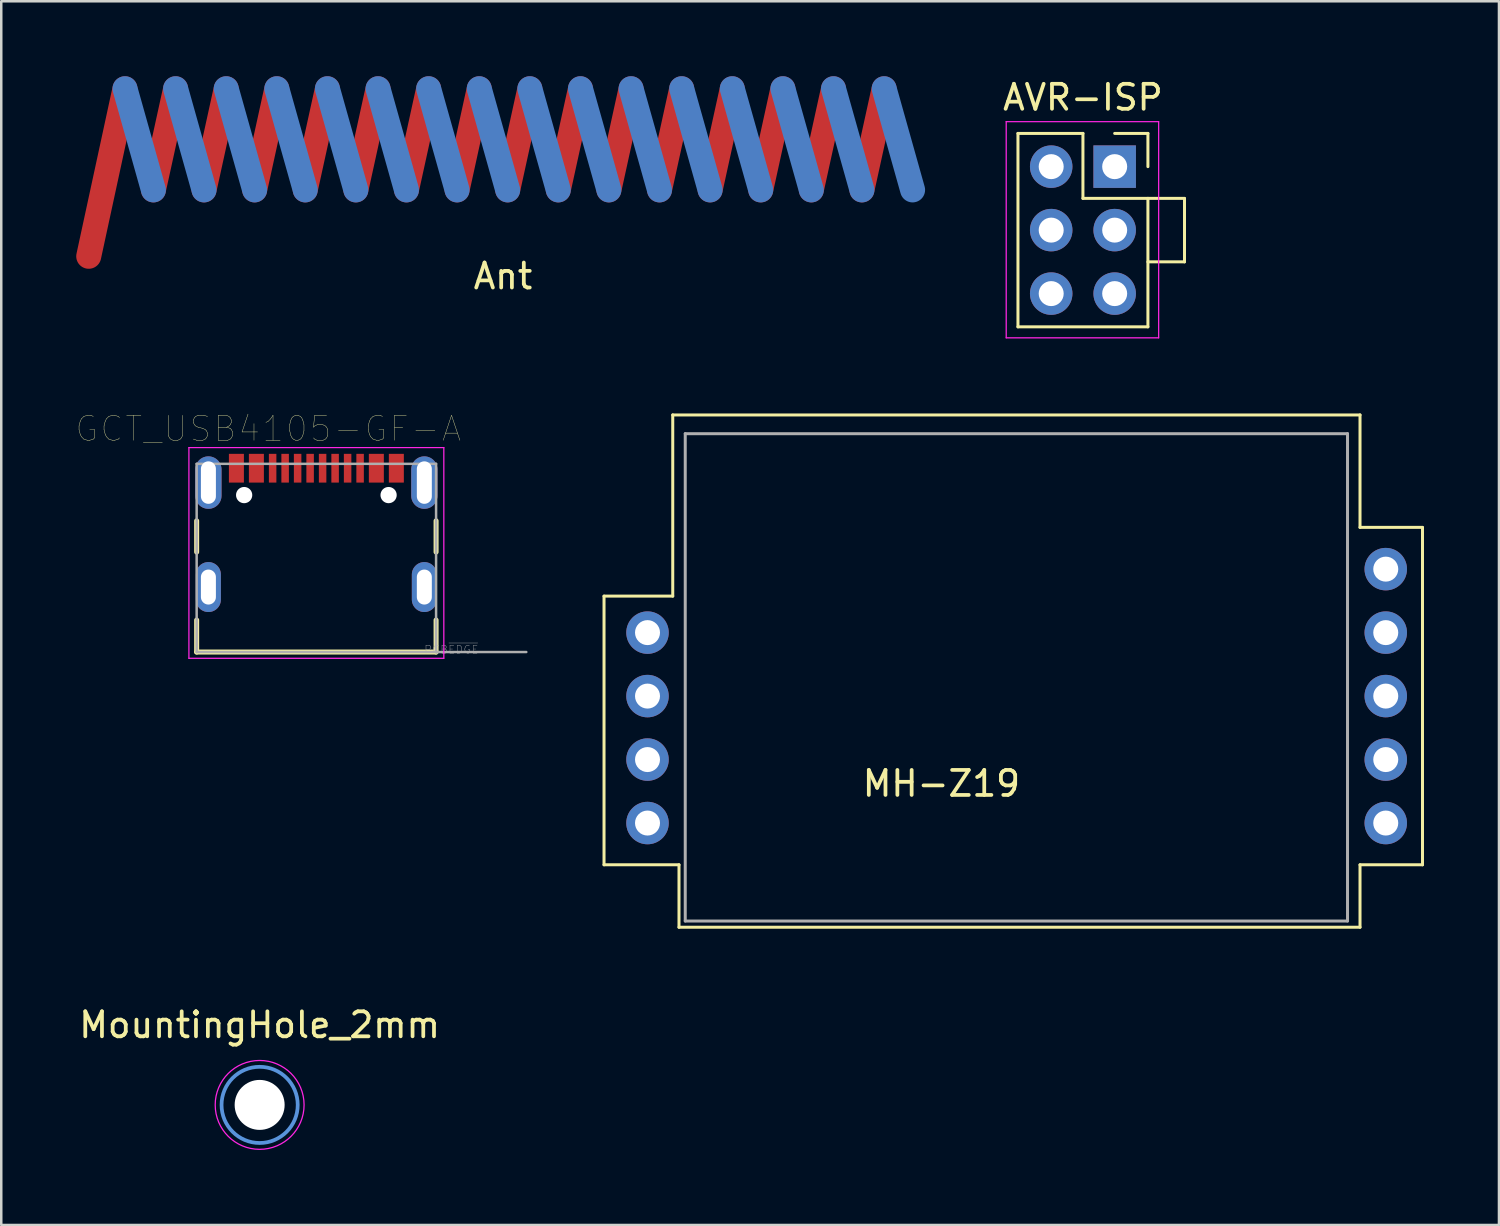
<source format=kicad_pcb>
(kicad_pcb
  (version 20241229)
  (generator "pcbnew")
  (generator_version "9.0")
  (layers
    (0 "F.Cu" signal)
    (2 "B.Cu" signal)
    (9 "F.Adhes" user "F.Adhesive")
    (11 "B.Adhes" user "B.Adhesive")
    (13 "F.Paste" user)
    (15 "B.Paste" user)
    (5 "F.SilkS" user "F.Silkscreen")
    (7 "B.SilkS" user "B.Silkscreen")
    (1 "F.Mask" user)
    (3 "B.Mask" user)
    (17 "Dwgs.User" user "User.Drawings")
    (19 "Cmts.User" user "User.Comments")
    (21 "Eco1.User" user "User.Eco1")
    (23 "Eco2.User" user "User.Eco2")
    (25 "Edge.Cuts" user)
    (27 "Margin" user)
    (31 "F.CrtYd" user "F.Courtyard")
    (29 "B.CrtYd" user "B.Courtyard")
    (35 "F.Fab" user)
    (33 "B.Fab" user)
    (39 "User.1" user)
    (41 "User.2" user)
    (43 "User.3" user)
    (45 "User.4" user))
  (footprint "GCT_USB4105-GF-A"
    (layer "F.Cu")
    (at 9.609 20.44)
    (property "Reference" "GCT_USB4105-GF-A" (at -1.925 -6.335 0) (layer "F.SilkS") (effects (font (size 1 1) (thickness 0.015))))
    (attr through_hole)
    (fp_line (start -4.79 -2.65) (end -4.79 -1.4) (stroke (width 0.2) (type solid)) (layer "F.SilkS"))
    (fp_line (start -4.79 1.32) (end -4.79 2.6) (stroke (width 0.2) (type solid)) (layer "F.SilkS"))
    (fp_line (start -4.79 2.6) (end 4.79 2.6) (stroke (width 0.2) (type solid)) (layer "F.SilkS"))
    (fp_line (start 4.79 -2.65) (end 4.79 -1.4) (stroke (width 0.2) (type solid)) (layer "F.SilkS"))
    (fp_line (start 4.79 2.6) (end 4.79 1.32) (stroke (width 0.2) (type solid)) (layer "F.SilkS"))
    (fp_line (start -5.1 -5.58) (end -5.1 2.85) (stroke (width 0.05) (type solid)) (layer "F.CrtYd"))
    (fp_line (start -5.1 2.85) (end 5.1 2.85) (stroke (width 0.05) (type solid)) (layer "F.CrtYd"))
    (fp_line (start 5.1 -5.58) (end -5.1 -5.58) (stroke (width 0.05) (type solid)) (layer "F.CrtYd"))
    (fp_line (start 5.1 2.85) (end 5.1 -5.58) (stroke (width 0.05) (type solid)) (layer "F.CrtYd"))
    (fp_line (start -4.79 -4.93) (end 4.79 -4.93) (stroke (width 0.1) (type solid)) (layer "F.Fab"))
    (fp_line (start -4.79 2.6) (end -4.79 -4.93) (stroke (width 0.1) (type solid)) (layer "F.Fab"))
    (fp_line (start 4.79 -4.93) (end 4.79 2.6) (stroke (width 0.1) (type solid)) (layer "F.Fab"))
    (fp_line (start 4.79 2.6) (end -4.79 2.6) (stroke (width 0.1) (type solid)) (layer "F.Fab"))
    (fp_line (start 4.8 2.6) (end 8.4 2.6) (stroke (width 0.1) (type solid)) (layer "F.Fab"))
    (fp_text user "PCB~{EDGE}" (at 5.4 2.5 0) (layer "F.Fab") (effects (font (size 0.32 0.32) (thickness 0.015))))
    (pad "" np_thru_hole circle (at -2.89 -3.68) (size 0.65 0.65) (drill 0.65) (layers "*.Cu" "*.Mask"))
    (pad "" np_thru_hole circle (at 2.89 -3.68) (size 0.65 0.65) (drill 0.65) (layers "*.Cu" "*.Mask"))
    (pad "A1/B12" smd rect (at -3.2 -4.755) (size 0.6 1.15) (layers "F.Cu" "F.Mask" "F.Paste"))
    (pad "A4/B9" smd rect (at -2.4 -4.755) (size 0.6 1.15) (layers "F.Cu" "F.Mask" "F.Paste"))
    (pad "A5" smd rect (at -1.25 -4.755) (size 0.3 1.15) (layers "F.Cu" "F.Mask" "F.Paste"))
    (pad "A6" smd rect (at -0.25 -4.755) (size 0.3 1.15) (layers "F.Cu" "F.Mask" "F.Paste"))
    (pad "A7" smd rect (at 0.25 -4.755) (size 0.3 1.15) (layers "F.Cu" "F.Mask" "F.Paste"))
    (pad "A8" smd rect (at 1.25 -4.755) (size 0.3 1.15) (layers "F.Cu" "F.Mask" "F.Paste"))
    (pad "B1/A12" smd rect (at 3.2 -4.755) (size 0.6 1.15) (layers "F.Cu" "F.Mask" "F.Paste"))
    (pad "B4/A9" smd rect (at 2.4 -4.755) (size 0.6 1.15) (layers "F.Cu" "F.Mask" "F.Paste"))
    (pad "B5" smd rect (at 1.75 -4.755) (size 0.3 1.15) (layers "F.Cu" "F.Mask" "F.Paste"))
    (pad "B6" smd rect (at 0.75 -4.755) (size 0.3 1.15) (layers "F.Cu" "F.Mask" "F.Paste"))
    (pad "B7" smd rect (at -0.75 -4.755) (size 0.3 1.15) (layers "F.Cu" "F.Mask" "F.Paste"))
    (pad "B8" smd rect (at -1.75 -4.755) (size 0.3 1.15) (layers "F.Cu" "F.Mask" "F.Paste"))
    (pad "G1" thru_hole oval (at -4.32 0) (size 1 2) (drill oval 0.6 1.4) (layers "*.Cu" "*.Mask"))
    (pad "G2" thru_hole oval (at 4.32 0) (size 1 2) (drill oval 0.6 1.4) (layers "*.Cu" "*.Mask"))
    (pad "G3" thru_hole oval (at -4.32 -4.18) (size 1.05 2.1) (drill oval 0.6 1.7) (layers "*.Cu" "*.Mask"))
    (pad "G4" thru_hole oval (at 4.32 -4.18) (size 1.05 2.1) (drill oval 0.6 1.7) (layers "*.Cu" "*.Mask")))
  (footprint "AVR-ISP"
    (layer "F.Cu")
    (at 41.552 3.618)
    (property "Reference" "AVR-ISP" (at -1.27 -2.77 0) (layer "F.SilkS") (effects (font (size 1 1) (thickness 0.15))))
    (attr through_hole)
    (fp_line (start -3.87 -1.33) (end -3.87 6.41) (stroke (width 0.12) (type solid)) (layer "F.SilkS"))
    (fp_line (start -3.87 -1.33) (end -1.27 -1.33) (stroke (width 0.12) (type solid)) (layer "F.SilkS"))
    (fp_line (start -3.87 6.41) (end 1.33 6.41) (stroke (width 0.12) (type solid)) (layer "F.SilkS"))
    (fp_line (start -1.27 -1.33) (end -1.27 1.27) (stroke (width 0.12) (type solid)) (layer "F.SilkS"))
    (fp_line (start -1.27 1.27) (end 1.33 1.27) (stroke (width 0.12) (type solid)) (layer "F.SilkS"))
    (fp_line (start 0 -1.33) (end 1.33 -1.33) (stroke (width 0.12) (type solid)) (layer "F.SilkS"))
    (fp_line (start 1.33 -1.33) (end 1.33 0) (stroke (width 0.12) (type solid)) (layer "F.SilkS"))
    (fp_line (start 1.33 1.27) (end 1.33 6.41) (stroke (width 0.12) (type solid)) (layer "F.SilkS"))
    (fp_line (start 1.33 3.81) (end 2.794 3.81) (stroke (width 0.12) (type solid)) (layer "F.SilkS"))
    (fp_line (start 2.794 1.27) (end 1.33 1.27) (stroke (width 0.12) (type solid)) (layer "F.SilkS"))
    (fp_line (start 2.794 3.81) (end 2.794 1.27) (stroke (width 0.12) (type solid)) (layer "F.SilkS"))
    (fp_line (start -4.34 -1.8) (end 1.76 -1.8) (stroke (width 0.05) (type solid)) (layer "F.CrtYd"))
    (fp_line (start -4.34 6.85) (end -4.34 -1.8) (stroke (width 0.05) (type solid)) (layer "F.CrtYd"))
    (fp_line (start 1.76 -1.8) (end 1.76 6.85) (stroke (width 0.05) (type solid)) (layer "F.CrtYd"))
    (fp_line (start 1.76 6.85) (end -4.34 6.85) (stroke (width 0.05) (type solid)) (layer "F.CrtYd"))
    (pad "1" thru_hole rect (at 0 0) (size 1.7 1.7) (drill 1) (layers "*.Cu" "*.Mask"))
    (pad "2" thru_hole oval (at -2.54 0) (size 1.7 1.7) (drill 1) (layers "*.Cu" "*.Mask"))
    (pad "3" thru_hole oval (at 0 2.54) (size 1.7 1.7) (drill 1) (layers "*.Cu" "*.Mask"))
    (pad "4" thru_hole oval (at -2.54 2.54) (size 1.7 1.7) (drill 1) (layers "*.Cu" "*.Mask"))
    (pad "5" thru_hole oval (at 0 5.08) (size 1.7 1.7) (drill 1) (layers "*.Cu" "*.Mask"))
    (pad "6" thru_hole oval (at -2.54 5.08) (size 1.7 1.7) (drill 1) (layers "*.Cu" "*.Mask")))
  (footprint "MountingHole_2mm"
    (layer "F.Cu")
    (at 7.339 41.161)
    (property "Reference" "MountingHole_2mm" (at 0 -3.2 0) (layer "F.SilkS") (effects (font (size 1 1) (thickness 0.15))))
    (attr exclude_from_pos_files exclude_from_bom)
    (fp_circle (center 0 0) (end 1.524 0) (stroke (width 0.15) (type solid)) (fill no) (layer "Cmts.User"))
    (fp_circle (center 0 0) (end 1.778 0) (stroke (width 0.05) (type solid)) (fill no) (layer "F.CrtYd"))
    (pad "" np_thru_hole circle (at 0 0) (size 2 2) (drill 2) (layers "*.Cu" "*.Mask")))
  (footprint "Ant"
    (layer "F.Cu")
    (at 17.076 7.5)
    (property "Reference" "Ant" (at 0 0.5 0) (layer "F.SilkS") (effects (font (size 1 1) (thickness 0.15))))
    (attr through_hole)
    (fp_line (start -15.125 -7) (end -16.576 -0.295) (stroke (width 1) (type solid)) (layer "F.Cu"))
    (fp_line (start -13.987 -2.951) (end -13.099 -7) (stroke (width 1) (type solid)) (layer "F.Cu"))
    (fp_line (start -11.962 -2.951) (end -11.074 -7) (stroke (width 1) (type solid)) (layer "F.Cu"))
    (fp_line (start -9.937 -2.951) (end -9.049 -7) (stroke (width 1) (type solid)) (layer "F.Cu"))
    (fp_line (start -7.912 -2.951) (end -7.024 -7) (stroke (width 1) (type solid)) (layer "F.Cu"))
    (fp_line (start -5.887 -2.951) (end -4.999 -7) (stroke (width 1) (type solid)) (layer "F.Cu"))
    (fp_line (start -3.862 -2.951) (end -2.974 -7) (stroke (width 1) (type solid)) (layer "F.Cu"))
    (fp_line (start -1.837 -2.951) (end -0.949 -7) (stroke (width 1) (type solid)) (layer "F.Cu"))
    (fp_line (start 0.188 -2.951) (end 1.076 -7) (stroke (width 1) (type solid)) (layer "F.Cu"))
    (fp_line (start 2.213 -2.951) (end 3.101 -7) (stroke (width 1) (type solid)) (layer "F.Cu"))
    (fp_line (start 4.238 -2.951) (end 5.126 -7) (stroke (width 1) (type solid)) (layer "F.Cu"))
    (fp_line (start 6.263 -2.951) (end 7.151 -7) (stroke (width 1) (type solid)) (layer "F.Cu"))
    (fp_line (start 8.288 -2.951) (end 9.176 -7) (stroke (width 1) (type solid)) (layer "F.Cu"))
    (fp_line (start 10.313 -2.951) (end 11.201 -7) (stroke (width 1) (type solid)) (layer "F.Cu"))
    (fp_line (start 12.338 -2.951) (end 13.226 -7) (stroke (width 1) (type solid)) (layer "F.Cu"))
    (fp_line (start 14.363 -2.951) (end 15.251 -7) (stroke (width 1) (type solid)) (layer "F.Cu"))
    (fp_line (start -15.125 -7) (end -13.987 -2.951) (stroke (width 1) (type solid)) (layer "B.Cu"))
    (fp_line (start -13.1 -7) (end -11.962 -2.951) (stroke (width 1) (type solid)) (layer "B.Cu"))
    (fp_line (start -11.075 -7) (end -9.937 -2.951) (stroke (width 1) (type solid)) (layer "B.Cu"))
    (fp_line (start -9.05 -7) (end -7.912 -2.951) (stroke (width 1) (type solid)) (layer "B.Cu"))
    (fp_line (start -7.025 -7) (end -5.887 -2.951) (stroke (width 1) (type solid)) (layer "B.Cu"))
    (fp_line (start -5 -7) (end -3.862 -2.951) (stroke (width 1) (type solid)) (layer "B.Cu"))
    (fp_line (start -2.975 -7) (end -1.837 -2.951) (stroke (width 1) (type solid)) (layer "B.Cu"))
    (fp_line (start -0.95 -7) (end 0.188 -2.951) (stroke (width 1) (type solid)) (layer "B.Cu"))
    (fp_line (start 1.075 -7) (end 2.213 -2.951) (stroke (width 1) (type solid)) (layer "B.Cu"))
    (fp_line (start 3.1 -7) (end 4.238 -2.951) (stroke (width 1) (type solid)) (layer "B.Cu"))
    (fp_line (start 5.125 -7) (end 6.263 -2.951) (stroke (width 1) (type solid)) (layer "B.Cu"))
    (fp_line (start 7.15 -7) (end 8.288 -2.951) (stroke (width 1) (type solid)) (layer "B.Cu"))
    (fp_line (start 9.175 -7) (end 10.313 -2.951) (stroke (width 1) (type solid)) (layer "B.Cu"))
    (fp_line (start 11.2 -7) (end 12.338 -2.951) (stroke (width 1) (type solid)) (layer "B.Cu"))
    (fp_line (start 13.225 -7) (end 14.363 -2.951) (stroke (width 1) (type solid)) (layer "B.Cu"))
    (fp_line (start 15.252 -7) (end 16.39 -2.951) (stroke (width 1) (type solid)) (layer "B.Cu")))
  (footprint "MH-Z19"
    (layer "F.Cu")
    (at 34.619 24.803)
    (property "Reference" "MH-Z19" (at 0 3.5 0) (layer "F.SilkS") (effects (font (size 1 1) (thickness 0.15))))
    (attr through_hole)
    (fp_line (start -13.5 -4) (end -10.75 -4) (stroke (width 0.12) (type solid)) (layer "F.SilkS"))
    (fp_line (start -13.5 6.75) (end -13.5 -4) (stroke (width 0.12) (type solid)) (layer "F.SilkS"))
    (fp_line (start -10.75 -4) (end -10.75 -11.25) (stroke (width 0.12) (type solid)) (layer "F.SilkS"))
    (fp_line (start -10.5 6.75) (end -13.5 6.75) (stroke (width 0.12) (type solid)) (layer "F.SilkS"))
    (fp_line (start -10.5 9.25) (end -10.5 6.75) (stroke (width 0.12) (type solid)) (layer "F.SilkS"))
    (fp_line (start 16.75 -11.25) (end -10.75 -11.25) (stroke (width 0.12) (type solid)) (layer "F.SilkS"))
    (fp_line (start 16.75 -6.75) (end 16.75 -11.25) (stroke (width 0.12) (type solid)) (layer "F.SilkS"))
    (fp_line (start 16.75 6.75) (end 16.75 9.25) (stroke (width 0.12) (type solid)) (layer "F.SilkS"))
    (fp_line (start 16.75 9.25) (end -10.5 9.25) (stroke (width 0.12) (type solid)) (layer "F.SilkS"))
    (fp_line (start 19.25 -6.75) (end 16.75 -6.75) (stroke (width 0.12) (type solid)) (layer "F.SilkS"))
    (fp_line (start 19.25 -6.75) (end 19.25 6.75) (stroke (width 0.12) (type solid)) (layer "F.SilkS"))
    (fp_line (start 19.25 6.75) (end 16.75 6.75) (stroke (width 0.12) (type solid)) (layer "F.SilkS"))
    (fp_line (start -10.25 -10.5) (end -10.25 9) (stroke (width 0.12) (type solid)) (layer "F.Fab"))
    (fp_line (start -10.25 9) (end 16.25 9) (stroke (width 0.12) (type solid)) (layer "F.Fab"))
    (fp_line (start 16.25 -10.5) (end -10.25 -10.5) (stroke (width 0.12) (type solid)) (layer "F.Fab"))
    (fp_line (start 16.25 9) (end 16.25 -10.5) (stroke (width 0.12) (type solid)) (layer "F.Fab"))
    (pad "1" thru_hole circle (at 17.78 5.08) (size 1.7 1.7) (drill 1) (layers "*.Cu" "*.Mask"))
    (pad "2" thru_hole circle (at 17.78 2.54) (size 1.7 1.7) (drill 1) (layers "*.Cu" "*.Mask"))
    (pad "3" thru_hole circle (at 17.78 0) (size 1.7 1.7) (drill 1) (layers "*.Cu" "*.Mask"))
    (pad "4" thru_hole circle (at 17.78 -2.54) (size 1.7 1.7) (drill 1) (layers "*.Cu" "*.Mask"))
    (pad "5" thru_hole circle (at 17.78 -5.08) (size 1.7 1.7) (drill 1) (layers "*.Cu" "*.Mask"))
    (pad "6" thru_hole circle (at -11.76 5.08) (size 1.7 1.7) (drill 1) (layers "*.Cu" "*.Mask"))
    (pad "7" thru_hole circle (at -11.76 2.54) (size 1.7 1.7) (drill 1) (layers "*.Cu" "*.Mask"))
    (pad "8" thru_hole circle (at -11.76 0) (size 1.7 1.7) (drill 1) (layers "*.Cu" "*.Mask"))
    (pad "9" thru_hole circle (at -11.76 -2.54) (size 1.7 1.7) (drill 1) (layers "*.Cu" "*.Mask")))
  (gr_rect
    (start -3 -3)
    (end 56.929 45.965)
    (stroke (width 0.1) (type default))
    (fill no)
    (layer "Edge.Cuts")))
</source>
